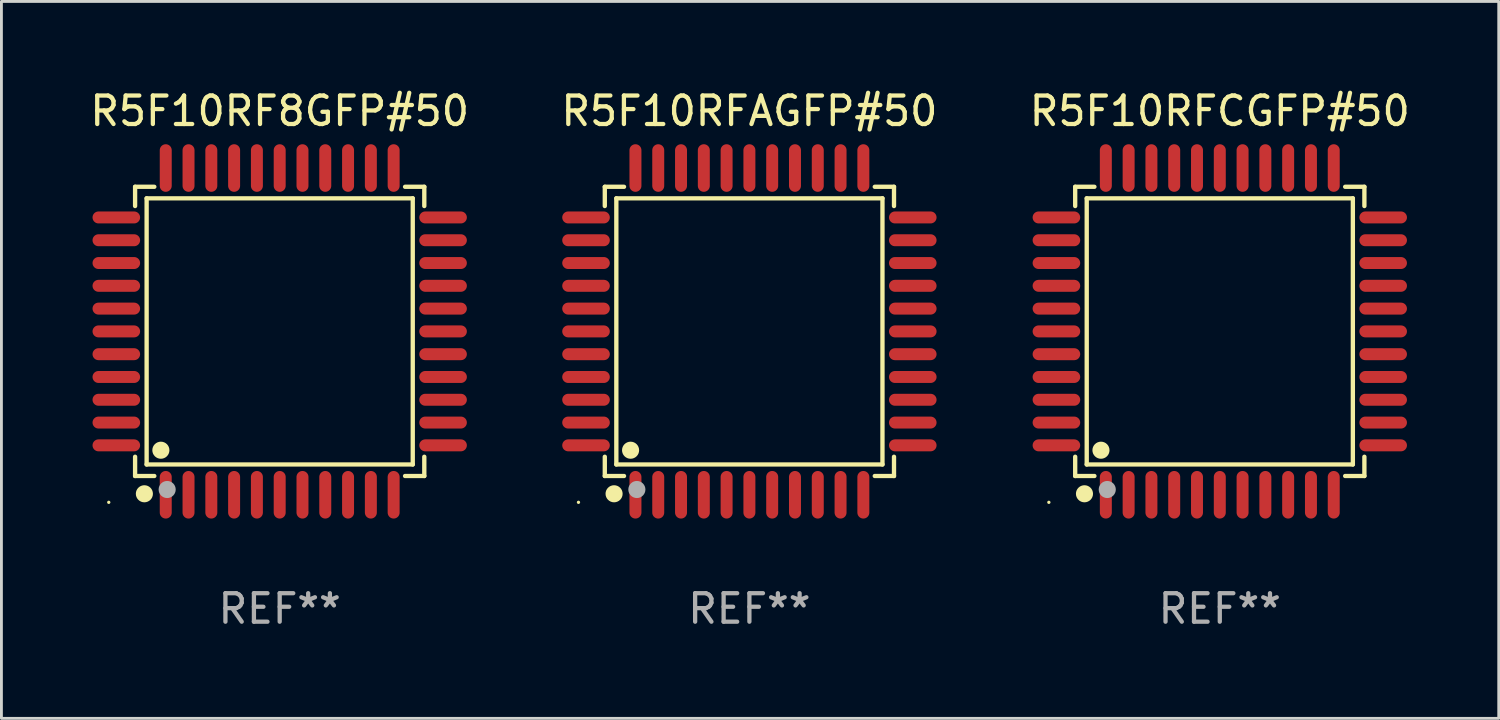
<source format=kicad_pcb>
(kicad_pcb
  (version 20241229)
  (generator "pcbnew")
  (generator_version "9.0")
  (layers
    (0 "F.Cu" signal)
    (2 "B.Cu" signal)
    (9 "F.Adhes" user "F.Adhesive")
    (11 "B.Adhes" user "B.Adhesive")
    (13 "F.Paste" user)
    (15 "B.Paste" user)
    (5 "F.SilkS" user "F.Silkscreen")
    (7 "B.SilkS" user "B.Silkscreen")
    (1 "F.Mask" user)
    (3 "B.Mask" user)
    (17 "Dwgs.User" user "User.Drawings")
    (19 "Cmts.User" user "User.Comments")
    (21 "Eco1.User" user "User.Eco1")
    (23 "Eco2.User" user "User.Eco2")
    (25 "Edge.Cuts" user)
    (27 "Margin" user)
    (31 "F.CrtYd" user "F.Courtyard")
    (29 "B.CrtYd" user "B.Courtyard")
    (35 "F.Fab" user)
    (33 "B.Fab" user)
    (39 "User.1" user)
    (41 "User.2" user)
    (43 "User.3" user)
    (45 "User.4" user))
  (footprint "R5F10RF8GFP#50"
    (layer "F.Cu")
    (at 6.768 8.583)
    (property "Reference" "R5F10RF8GFP#50" (at 0 -7.735 0) (layer "F.SilkS") (effects (font (size 1 1) (thickness 0.15))))
    (attr through_hole)
    (fp_line (start -5.076 -5.076) (end -4.401 -5.076) (stroke (width 0.152) (type solid)) (layer "F.SilkS"))
    (fp_line (start -5.076 -4.401) (end -5.076 -5.076) (stroke (width 0.152) (type solid)) (layer "F.SilkS"))
    (fp_line (start -5.076 4.401) (end -5.076 5.076) (stroke (width 0.152) (type solid)) (layer "F.SilkS"))
    (fp_line (start -5.076 5.076) (end -4.401 5.076) (stroke (width 0.152) (type solid)) (layer "F.SilkS"))
    (fp_line (start -4.671 -4.671) (end 4.671 -4.671) (stroke (width 0.152) (type solid)) (layer "F.SilkS"))
    (fp_line (start -4.671 4.671) (end -4.671 -4.671) (stroke (width 0.152) (type solid)) (layer "F.SilkS"))
    (fp_line (start 4.671 -4.671) (end 4.671 4.671) (stroke (width 0.152) (type solid)) (layer "F.SilkS"))
    (fp_line (start 4.671 4.671) (end -4.671 4.671) (stroke (width 0.152) (type solid)) (layer "F.SilkS"))
    (fp_line (start 5.076 -5.076) (end 4.401 -5.076) (stroke (width 0.152) (type solid)) (layer "F.SilkS"))
    (fp_line (start 5.076 -4.401) (end 5.076 -5.076) (stroke (width 0.152) (type solid)) (layer "F.SilkS"))
    (fp_line (start 5.076 4.401) (end 5.076 5.076) (stroke (width 0.152) (type solid)) (layer "F.SilkS"))
    (fp_line (start 5.076 5.076) (end 4.401 5.076) (stroke (width 0.152) (type solid)) (layer "F.SilkS"))
    (fp_circle (center -6 6) (end -5.97 6) (stroke (width 0.06) (type solid)) (fill no) (layer "F.SilkS"))
    (fp_circle (center -4.75 5.7) (end -4.6 5.7) (stroke (width 0.3) (type solid)) (fill no) (layer "F.SilkS"))
    (fp_circle (center -4.171 4.171) (end -4.021 4.171) (stroke (width 0.3) (type solid)) (fill no) (layer "F.SilkS"))
    (fp_circle (center -3.95 5.55) (end -3.8 5.55) (stroke (width 0.3) (type solid)) (fill no) (layer "F.Fab"))
    (fp_text user "REF**" (at 0 9.735 0) (layer "F.Fab") (effects (font (size 1 1) (thickness 0.15))))
    (pad "1" smd oval (at -4 5.735) (size 0.42 1.67) (layers "F.Cu" "F.Mask" "F.Paste"))
    (pad "2" smd oval (at -3.2 5.735) (size 0.42 1.67) (layers "F.Cu" "F.Mask" "F.Paste"))
    (pad "3" smd oval (at -2.4 5.735) (size 0.42 1.67) (layers "F.Cu" "F.Mask" "F.Paste"))
    (pad "4" smd oval (at -1.6 5.735) (size 0.42 1.67) (layers "F.Cu" "F.Mask" "F.Paste"))
    (pad "5" smd oval (at -0.8 5.735) (size 0.42 1.67) (layers "F.Cu" "F.Mask" "F.Paste"))
    (pad "6" smd oval (at 0 5.735) (size 0.42 1.67) (layers "F.Cu" "F.Mask" "F.Paste"))
    (pad "7" smd oval (at 0.8 5.735) (size 0.42 1.67) (layers "F.Cu" "F.Mask" "F.Paste"))
    (pad "8" smd oval (at 1.6 5.735) (size 0.42 1.67) (layers "F.Cu" "F.Mask" "F.Paste"))
    (pad "9" smd oval (at 2.4 5.735) (size 0.42 1.67) (layers "F.Cu" "F.Mask" "F.Paste"))
    (pad "10" smd oval (at 3.2 5.735) (size 0.42 1.67) (layers "F.Cu" "F.Mask" "F.Paste"))
    (pad "11" smd oval (at 4 5.735) (size 0.42 1.67) (layers "F.Cu" "F.Mask" "F.Paste"))
    (pad "12" smd oval (at 5.735 4) (size 1.67 0.42) (layers "F.Cu" "F.Mask" "F.Paste"))
    (pad "13" smd oval (at 5.735 3.2) (size 1.67 0.42) (layers "F.Cu" "F.Mask" "F.Paste"))
    (pad "14" smd oval (at 5.735 2.4) (size 1.67 0.42) (layers "F.Cu" "F.Mask" "F.Paste"))
    (pad "15" smd oval (at 5.735 1.6) (size 1.67 0.42) (layers "F.Cu" "F.Mask" "F.Paste"))
    (pad "16" smd oval (at 5.735 0.8) (size 1.67 0.42) (layers "F.Cu" "F.Mask" "F.Paste"))
    (pad "17" smd oval (at 5.735 0) (size 1.67 0.42) (layers "F.Cu" "F.Mask" "F.Paste"))
    (pad "18" smd oval (at 5.735 -0.8) (size 1.67 0.42) (layers "F.Cu" "F.Mask" "F.Paste"))
    (pad "19" smd oval (at 5.735 -1.6) (size 1.67 0.42) (layers "F.Cu" "F.Mask" "F.Paste"))
    (pad "20" smd oval (at 5.735 -2.4) (size 1.67 0.42) (layers "F.Cu" "F.Mask" "F.Paste"))
    (pad "21" smd oval (at 5.735 -3.2) (size 1.67 0.42) (layers "F.Cu" "F.Mask" "F.Paste"))
    (pad "22" smd oval (at 5.735 -4) (size 1.67 0.42) (layers "F.Cu" "F.Mask" "F.Paste"))
    (pad "23" smd oval (at 4 -5.735) (size 0.42 1.67) (layers "F.Cu" "F.Mask" "F.Paste"))
    (pad "24" smd oval (at 3.2 -5.735) (size 0.42 1.67) (layers "F.Cu" "F.Mask" "F.Paste"))
    (pad "25" smd oval (at 2.4 -5.735) (size 0.42 1.67) (layers "F.Cu" "F.Mask" "F.Paste"))
    (pad "26" smd oval (at 1.6 -5.735) (size 0.42 1.67) (layers "F.Cu" "F.Mask" "F.Paste"))
    (pad "27" smd oval (at 0.8 -5.735) (size 0.42 1.67) (layers "F.Cu" "F.Mask" "F.Paste"))
    (pad "28" smd oval (at 0 -5.735) (size 0.42 1.67) (layers "F.Cu" "F.Mask" "F.Paste"))
    (pad "29" smd oval (at -0.8 -5.735) (size 0.42 1.67) (layers "F.Cu" "F.Mask" "F.Paste"))
    (pad "30" smd oval (at -1.6 -5.735) (size 0.42 1.67) (layers "F.Cu" "F.Mask" "F.Paste"))
    (pad "31" smd oval (at -2.4 -5.735) (size 0.42 1.67) (layers "F.Cu" "F.Mask" "F.Paste"))
    (pad "32" smd oval (at -3.2 -5.735) (size 0.42 1.67) (layers "F.Cu" "F.Mask" "F.Paste"))
    (pad "33" smd oval (at -4 -5.735) (size 0.42 1.67) (layers "F.Cu" "F.Mask" "F.Paste"))
    (pad "34" smd oval (at -5.735 -4) (size 1.67 0.42) (layers "F.Cu" "F.Mask" "F.Paste"))
    (pad "35" smd oval (at -5.735 -3.2) (size 1.67 0.42) (layers "F.Cu" "F.Mask" "F.Paste"))
    (pad "36" smd oval (at -5.735 -2.4) (size 1.67 0.42) (layers "F.Cu" "F.Mask" "F.Paste"))
    (pad "37" smd oval (at -5.735 -1.6) (size 1.67 0.42) (layers "F.Cu" "F.Mask" "F.Paste"))
    (pad "38" smd oval (at -5.735 -0.8) (size 1.67 0.42) (layers "F.Cu" "F.Mask" "F.Paste"))
    (pad "39" smd oval (at -5.735 0) (size 1.67 0.42) (layers "F.Cu" "F.Mask" "F.Paste"))
    (pad "40" smd oval (at -5.735 0.8) (size 1.67 0.42) (layers "F.Cu" "F.Mask" "F.Paste"))
    (pad "41" smd oval (at -5.735 1.6) (size 1.67 0.42) (layers "F.Cu" "F.Mask" "F.Paste"))
    (pad "42" smd oval (at -5.735 2.4) (size 1.67 0.42) (layers "F.Cu" "F.Mask" "F.Paste"))
    (pad "43" smd oval (at -5.735 3.2) (size 1.67 0.42) (layers "F.Cu" "F.Mask" "F.Paste"))
    (pad "44" smd oval (at -5.735 4) (size 1.67 0.42) (layers "F.Cu" "F.Mask" "F.Paste")))
  (footprint "R5F10RFAGFP#50"
    (layer "F.Cu")
    (at 23.256 8.583)
    (property "Reference" "R5F10RFAGFP#50" (at 0 -7.735 0) (layer "F.SilkS") (effects (font (size 1 1) (thickness 0.15))))
    (attr through_hole)
    (fp_line (start -5.076 -5.076) (end -4.401 -5.076) (stroke (width 0.152) (type solid)) (layer "F.SilkS"))
    (fp_line (start -5.076 -4.401) (end -5.076 -5.076) (stroke (width 0.152) (type solid)) (layer "F.SilkS"))
    (fp_line (start -5.076 4.401) (end -5.076 5.076) (stroke (width 0.152) (type solid)) (layer "F.SilkS"))
    (fp_line (start -5.076 5.076) (end -4.401 5.076) (stroke (width 0.152) (type solid)) (layer "F.SilkS"))
    (fp_line (start -4.671 -4.671) (end 4.671 -4.671) (stroke (width 0.152) (type solid)) (layer "F.SilkS"))
    (fp_line (start -4.671 4.671) (end -4.671 -4.671) (stroke (width 0.152) (type solid)) (layer "F.SilkS"))
    (fp_line (start 4.671 -4.671) (end 4.671 4.671) (stroke (width 0.152) (type solid)) (layer "F.SilkS"))
    (fp_line (start 4.671 4.671) (end -4.671 4.671) (stroke (width 0.152) (type solid)) (layer "F.SilkS"))
    (fp_line (start 5.076 -5.076) (end 4.401 -5.076) (stroke (width 0.152) (type solid)) (layer "F.SilkS"))
    (fp_line (start 5.076 -4.401) (end 5.076 -5.076) (stroke (width 0.152) (type solid)) (layer "F.SilkS"))
    (fp_line (start 5.076 4.401) (end 5.076 5.076) (stroke (width 0.152) (type solid)) (layer "F.SilkS"))
    (fp_line (start 5.076 5.076) (end 4.401 5.076) (stroke (width 0.152) (type solid)) (layer "F.SilkS"))
    (fp_circle (center -6 6) (end -5.97 6) (stroke (width 0.06) (type solid)) (fill no) (layer "F.SilkS"))
    (fp_circle (center -4.75 5.7) (end -4.6 5.7) (stroke (width 0.3) (type solid)) (fill no) (layer "F.SilkS"))
    (fp_circle (center -4.171 4.171) (end -4.021 4.171) (stroke (width 0.3) (type solid)) (fill no) (layer "F.SilkS"))
    (fp_circle (center -3.95 5.55) (end -3.8 5.55) (stroke (width 0.3) (type solid)) (fill no) (layer "F.Fab"))
    (fp_text user "REF**" (at 0 9.735 0) (layer "F.Fab") (effects (font (size 1 1) (thickness 0.15))))
    (pad "1" smd oval (at -4 5.735) (size 0.42 1.67) (layers "F.Cu" "F.Mask" "F.Paste"))
    (pad "2" smd oval (at -3.2 5.735) (size 0.42 1.67) (layers "F.Cu" "F.Mask" "F.Paste"))
    (pad "3" smd oval (at -2.4 5.735) (size 0.42 1.67) (layers "F.Cu" "F.Mask" "F.Paste"))
    (pad "4" smd oval (at -1.6 5.735) (size 0.42 1.67) (layers "F.Cu" "F.Mask" "F.Paste"))
    (pad "5" smd oval (at -0.8 5.735) (size 0.42 1.67) (layers "F.Cu" "F.Mask" "F.Paste"))
    (pad "6" smd oval (at 0 5.735) (size 0.42 1.67) (layers "F.Cu" "F.Mask" "F.Paste"))
    (pad "7" smd oval (at 0.8 5.735) (size 0.42 1.67) (layers "F.Cu" "F.Mask" "F.Paste"))
    (pad "8" smd oval (at 1.6 5.735) (size 0.42 1.67) (layers "F.Cu" "F.Mask" "F.Paste"))
    (pad "9" smd oval (at 2.4 5.735) (size 0.42 1.67) (layers "F.Cu" "F.Mask" "F.Paste"))
    (pad "10" smd oval (at 3.2 5.735) (size 0.42 1.67) (layers "F.Cu" "F.Mask" "F.Paste"))
    (pad "11" smd oval (at 4 5.735) (size 0.42 1.67) (layers "F.Cu" "F.Mask" "F.Paste"))
    (pad "12" smd oval (at 5.735 4) (size 1.67 0.42) (layers "F.Cu" "F.Mask" "F.Paste"))
    (pad "13" smd oval (at 5.735 3.2) (size 1.67 0.42) (layers "F.Cu" "F.Mask" "F.Paste"))
    (pad "14" smd oval (at 5.735 2.4) (size 1.67 0.42) (layers "F.Cu" "F.Mask" "F.Paste"))
    (pad "15" smd oval (at 5.735 1.6) (size 1.67 0.42) (layers "F.Cu" "F.Mask" "F.Paste"))
    (pad "16" smd oval (at 5.735 0.8) (size 1.67 0.42) (layers "F.Cu" "F.Mask" "F.Paste"))
    (pad "17" smd oval (at 5.735 0) (size 1.67 0.42) (layers "F.Cu" "F.Mask" "F.Paste"))
    (pad "18" smd oval (at 5.735 -0.8) (size 1.67 0.42) (layers "F.Cu" "F.Mask" "F.Paste"))
    (pad "19" smd oval (at 5.735 -1.6) (size 1.67 0.42) (layers "F.Cu" "F.Mask" "F.Paste"))
    (pad "20" smd oval (at 5.735 -2.4) (size 1.67 0.42) (layers "F.Cu" "F.Mask" "F.Paste"))
    (pad "21" smd oval (at 5.735 -3.2) (size 1.67 0.42) (layers "F.Cu" "F.Mask" "F.Paste"))
    (pad "22" smd oval (at 5.735 -4) (size 1.67 0.42) (layers "F.Cu" "F.Mask" "F.Paste"))
    (pad "23" smd oval (at 4 -5.735) (size 0.42 1.67) (layers "F.Cu" "F.Mask" "F.Paste"))
    (pad "24" smd oval (at 3.2 -5.735) (size 0.42 1.67) (layers "F.Cu" "F.Mask" "F.Paste"))
    (pad "25" smd oval (at 2.4 -5.735) (size 0.42 1.67) (layers "F.Cu" "F.Mask" "F.Paste"))
    (pad "26" smd oval (at 1.6 -5.735) (size 0.42 1.67) (layers "F.Cu" "F.Mask" "F.Paste"))
    (pad "27" smd oval (at 0.8 -5.735) (size 0.42 1.67) (layers "F.Cu" "F.Mask" "F.Paste"))
    (pad "28" smd oval (at 0 -5.735) (size 0.42 1.67) (layers "F.Cu" "F.Mask" "F.Paste"))
    (pad "29" smd oval (at -0.8 -5.735) (size 0.42 1.67) (layers "F.Cu" "F.Mask" "F.Paste"))
    (pad "30" smd oval (at -1.6 -5.735) (size 0.42 1.67) (layers "F.Cu" "F.Mask" "F.Paste"))
    (pad "31" smd oval (at -2.4 -5.735) (size 0.42 1.67) (layers "F.Cu" "F.Mask" "F.Paste"))
    (pad "32" smd oval (at -3.2 -5.735) (size 0.42 1.67) (layers "F.Cu" "F.Mask" "F.Paste"))
    (pad "33" smd oval (at -4 -5.735) (size 0.42 1.67) (layers "F.Cu" "F.Mask" "F.Paste"))
    (pad "34" smd oval (at -5.735 -4) (size 1.67 0.42) (layers "F.Cu" "F.Mask" "F.Paste"))
    (pad "35" smd oval (at -5.735 -3.2) (size 1.67 0.42) (layers "F.Cu" "F.Mask" "F.Paste"))
    (pad "36" smd oval (at -5.735 -2.4) (size 1.67 0.42) (layers "F.Cu" "F.Mask" "F.Paste"))
    (pad "37" smd oval (at -5.735 -1.6) (size 1.67 0.42) (layers "F.Cu" "F.Mask" "F.Paste"))
    (pad "38" smd oval (at -5.735 -0.8) (size 1.67 0.42) (layers "F.Cu" "F.Mask" "F.Paste"))
    (pad "39" smd oval (at -5.735 0) (size 1.67 0.42) (layers "F.Cu" "F.Mask" "F.Paste"))
    (pad "40" smd oval (at -5.735 0.8) (size 1.67 0.42) (layers "F.Cu" "F.Mask" "F.Paste"))
    (pad "41" smd oval (at -5.735 1.6) (size 1.67 0.42) (layers "F.Cu" "F.Mask" "F.Paste"))
    (pad "42" smd oval (at -5.735 2.4) (size 1.67 0.42) (layers "F.Cu" "F.Mask" "F.Paste"))
    (pad "43" smd oval (at -5.735 3.2) (size 1.67 0.42) (layers "F.Cu" "F.Mask" "F.Paste"))
    (pad "44" smd oval (at -5.735 4) (size 1.67 0.42) (layers "F.Cu" "F.Mask" "F.Paste")))
  (footprint "R5F10RFCGFP#50"
    (layer "F.Cu")
    (at 39.768 8.583)
    (property "Reference" "R5F10RFCGFP#50" (at 0 -7.735 0) (layer "F.SilkS") (effects (font (size 1 1) (thickness 0.15))))
    (attr through_hole)
    (fp_line (start -5.076 -5.076) (end -4.401 -5.076) (stroke (width 0.152) (type solid)) (layer "F.SilkS"))
    (fp_line (start -5.076 -4.401) (end -5.076 -5.076) (stroke (width 0.152) (type solid)) (layer "F.SilkS"))
    (fp_line (start -5.076 4.401) (end -5.076 5.076) (stroke (width 0.152) (type solid)) (layer "F.SilkS"))
    (fp_line (start -5.076 5.076) (end -4.401 5.076) (stroke (width 0.152) (type solid)) (layer "F.SilkS"))
    (fp_line (start -4.671 -4.671) (end 4.671 -4.671) (stroke (width 0.152) (type solid)) (layer "F.SilkS"))
    (fp_line (start -4.671 4.671) (end -4.671 -4.671) (stroke (width 0.152) (type solid)) (layer "F.SilkS"))
    (fp_line (start 4.671 -4.671) (end 4.671 4.671) (stroke (width 0.152) (type solid)) (layer "F.SilkS"))
    (fp_line (start 4.671 4.671) (end -4.671 4.671) (stroke (width 0.152) (type solid)) (layer "F.SilkS"))
    (fp_line (start 5.076 -5.076) (end 4.401 -5.076) (stroke (width 0.152) (type solid)) (layer "F.SilkS"))
    (fp_line (start 5.076 -4.401) (end 5.076 -5.076) (stroke (width 0.152) (type solid)) (layer "F.SilkS"))
    (fp_line (start 5.076 4.401) (end 5.076 5.076) (stroke (width 0.152) (type solid)) (layer "F.SilkS"))
    (fp_line (start 5.076 5.076) (end 4.401 5.076) (stroke (width 0.152) (type solid)) (layer "F.SilkS"))
    (fp_circle (center -6 6) (end -5.97 6) (stroke (width 0.06) (type solid)) (fill no) (layer "F.SilkS"))
    (fp_circle (center -4.75 5.7) (end -4.6 5.7) (stroke (width 0.3) (type solid)) (fill no) (layer "F.SilkS"))
    (fp_circle (center -4.171 4.171) (end -4.021 4.171) (stroke (width 0.3) (type solid)) (fill no) (layer "F.SilkS"))
    (fp_circle (center -3.95 5.55) (end -3.8 5.55) (stroke (width 0.3) (type solid)) (fill no) (layer "F.Fab"))
    (fp_text user "REF**" (at 0 9.735 0) (layer "F.Fab") (effects (font (size 1 1) (thickness 0.15))))
    (pad "1" smd oval (at -4 5.735) (size 0.42 1.67) (layers "F.Cu" "F.Mask" "F.Paste"))
    (pad "2" smd oval (at -3.2 5.735) (size 0.42 1.67) (layers "F.Cu" "F.Mask" "F.Paste"))
    (pad "3" smd oval (at -2.4 5.735) (size 0.42 1.67) (layers "F.Cu" "F.Mask" "F.Paste"))
    (pad "4" smd oval (at -1.6 5.735) (size 0.42 1.67) (layers "F.Cu" "F.Mask" "F.Paste"))
    (pad "5" smd oval (at -0.8 5.735) (size 0.42 1.67) (layers "F.Cu" "F.Mask" "F.Paste"))
    (pad "6" smd oval (at 0 5.735) (size 0.42 1.67) (layers "F.Cu" "F.Mask" "F.Paste"))
    (pad "7" smd oval (at 0.8 5.735) (size 0.42 1.67) (layers "F.Cu" "F.Mask" "F.Paste"))
    (pad "8" smd oval (at 1.6 5.735) (size 0.42 1.67) (layers "F.Cu" "F.Mask" "F.Paste"))
    (pad "9" smd oval (at 2.4 5.735) (size 0.42 1.67) (layers "F.Cu" "F.Mask" "F.Paste"))
    (pad "10" smd oval (at 3.2 5.735) (size 0.42 1.67) (layers "F.Cu" "F.Mask" "F.Paste"))
    (pad "11" smd oval (at 4 5.735) (size 0.42 1.67) (layers "F.Cu" "F.Mask" "F.Paste"))
    (pad "12" smd oval (at 5.735 4) (size 1.67 0.42) (layers "F.Cu" "F.Mask" "F.Paste"))
    (pad "13" smd oval (at 5.735 3.2) (size 1.67 0.42) (layers "F.Cu" "F.Mask" "F.Paste"))
    (pad "14" smd oval (at 5.735 2.4) (size 1.67 0.42) (layers "F.Cu" "F.Mask" "F.Paste"))
    (pad "15" smd oval (at 5.735 1.6) (size 1.67 0.42) (layers "F.Cu" "F.Mask" "F.Paste"))
    (pad "16" smd oval (at 5.735 0.8) (size 1.67 0.42) (layers "F.Cu" "F.Mask" "F.Paste"))
    (pad "17" smd oval (at 5.735 0) (size 1.67 0.42) (layers "F.Cu" "F.Mask" "F.Paste"))
    (pad "18" smd oval (at 5.735 -0.8) (size 1.67 0.42) (layers "F.Cu" "F.Mask" "F.Paste"))
    (pad "19" smd oval (at 5.735 -1.6) (size 1.67 0.42) (layers "F.Cu" "F.Mask" "F.Paste"))
    (pad "20" smd oval (at 5.735 -2.4) (size 1.67 0.42) (layers "F.Cu" "F.Mask" "F.Paste"))
    (pad "21" smd oval (at 5.735 -3.2) (size 1.67 0.42) (layers "F.Cu" "F.Mask" "F.Paste"))
    (pad "22" smd oval (at 5.735 -4) (size 1.67 0.42) (layers "F.Cu" "F.Mask" "F.Paste"))
    (pad "23" smd oval (at 4 -5.735) (size 0.42 1.67) (layers "F.Cu" "F.Mask" "F.Paste"))
    (pad "24" smd oval (at 3.2 -5.735) (size 0.42 1.67) (layers "F.Cu" "F.Mask" "F.Paste"))
    (pad "25" smd oval (at 2.4 -5.735) (size 0.42 1.67) (layers "F.Cu" "F.Mask" "F.Paste"))
    (pad "26" smd oval (at 1.6 -5.735) (size 0.42 1.67) (layers "F.Cu" "F.Mask" "F.Paste"))
    (pad "27" smd oval (at 0.8 -5.735) (size 0.42 1.67) (layers "F.Cu" "F.Mask" "F.Paste"))
    (pad "28" smd oval (at 0 -5.735) (size 0.42 1.67) (layers "F.Cu" "F.Mask" "F.Paste"))
    (pad "29" smd oval (at -0.8 -5.735) (size 0.42 1.67) (layers "F.Cu" "F.Mask" "F.Paste"))
    (pad "30" smd oval (at -1.6 -5.735) (size 0.42 1.67) (layers "F.Cu" "F.Mask" "F.Paste"))
    (pad "31" smd oval (at -2.4 -5.735) (size 0.42 1.67) (layers "F.Cu" "F.Mask" "F.Paste"))
    (pad "32" smd oval (at -3.2 -5.735) (size 0.42 1.67) (layers "F.Cu" "F.Mask" "F.Paste"))
    (pad "33" smd oval (at -4 -5.735) (size 0.42 1.67) (layers "F.Cu" "F.Mask" "F.Paste"))
    (pad "34" smd oval (at -5.735 -4) (size 1.67 0.42) (layers "F.Cu" "F.Mask" "F.Paste"))
    (pad "35" smd oval (at -5.735 -3.2) (size 1.67 0.42) (layers "F.Cu" "F.Mask" "F.Paste"))
    (pad "36" smd oval (at -5.735 -2.4) (size 1.67 0.42) (layers "F.Cu" "F.Mask" "F.Paste"))
    (pad "37" smd oval (at -5.735 -1.6) (size 1.67 0.42) (layers "F.Cu" "F.Mask" "F.Paste"))
    (pad "38" smd oval (at -5.735 -0.8) (size 1.67 0.42) (layers "F.Cu" "F.Mask" "F.Paste"))
    (pad "39" smd oval (at -5.735 0) (size 1.67 0.42) (layers "F.Cu" "F.Mask" "F.Paste"))
    (pad "40" smd oval (at -5.735 0.8) (size 1.67 0.42) (layers "F.Cu" "F.Mask" "F.Paste"))
    (pad "41" smd oval (at -5.735 1.6) (size 1.67 0.42) (layers "F.Cu" "F.Mask" "F.Paste"))
    (pad "42" smd oval (at -5.735 2.4) (size 1.67 0.42) (layers "F.Cu" "F.Mask" "F.Paste"))
    (pad "43" smd oval (at -5.735 3.2) (size 1.67 0.42) (layers "F.Cu" "F.Mask" "F.Paste"))
    (pad "44" smd oval (at -5.735 4) (size 1.67 0.42) (layers "F.Cu" "F.Mask" "F.Paste")))
  (gr_rect
    (start -3 -3)
    (end 49.56 22.167)
    (stroke (width 0.1) (type default))
    (fill no)
    (layer "Edge.Cuts")))
</source>
